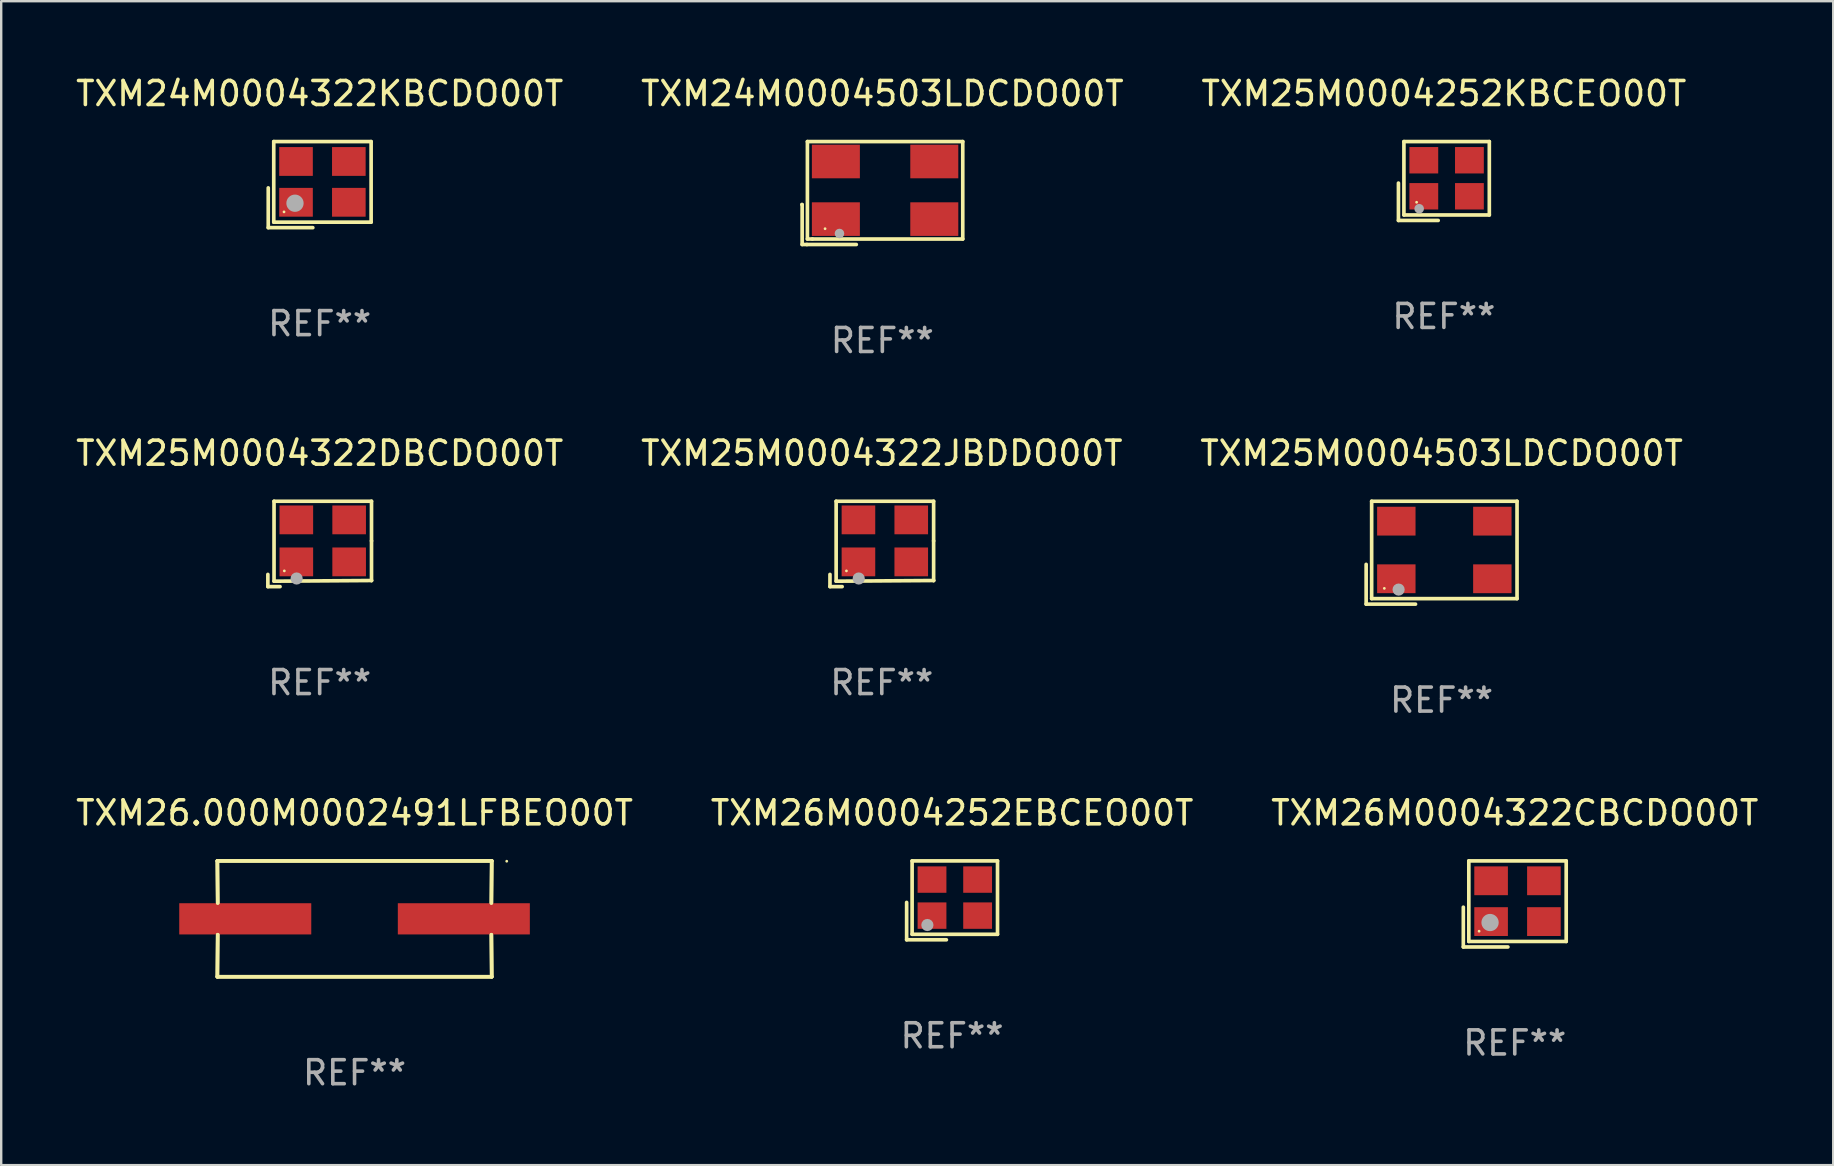
<source format=kicad_pcb>
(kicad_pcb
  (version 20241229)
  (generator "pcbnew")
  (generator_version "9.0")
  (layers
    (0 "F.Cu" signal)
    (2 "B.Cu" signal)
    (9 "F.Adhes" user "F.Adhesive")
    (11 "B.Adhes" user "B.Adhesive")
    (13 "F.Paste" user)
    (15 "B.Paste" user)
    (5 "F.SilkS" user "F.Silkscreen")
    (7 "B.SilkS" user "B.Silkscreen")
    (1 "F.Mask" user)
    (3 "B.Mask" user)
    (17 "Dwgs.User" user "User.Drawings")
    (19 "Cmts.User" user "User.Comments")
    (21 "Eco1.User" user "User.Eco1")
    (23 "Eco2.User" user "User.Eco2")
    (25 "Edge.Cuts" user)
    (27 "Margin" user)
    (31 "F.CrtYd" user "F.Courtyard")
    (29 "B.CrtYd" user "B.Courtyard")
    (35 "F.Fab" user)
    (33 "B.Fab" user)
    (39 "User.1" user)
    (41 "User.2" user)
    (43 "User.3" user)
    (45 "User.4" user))
  (footprint "TXM26M0004252EBCEO00T"
    (layer "F.Cu")
    (at 36.613 34.458)
    (property "Reference" "TXM26M0004252EBCEO00T" (at 0 -3.643 0) (layer "F.SilkS") (effects (font (size 1 1) (thickness 0.15))))
    (attr through_hole)
    (fp_line (start -1.893 0.086) (end -1.893 1.643) (stroke (width 0.152) (type solid)) (layer "F.SilkS"))
    (fp_line (start -1.893 1.643) (end -0.237 1.643) (stroke (width 0.152) (type solid)) (layer "F.SilkS"))
    (fp_line (start -1.665 -1.643) (end 1.893 -1.643) (stroke (width 0.152) (type solid)) (layer "F.SilkS"))
    (fp_line (start -1.665 1.414) (end -1.665 -1.643) (stroke (width 0.152) (type solid)) (layer "F.SilkS"))
    (fp_line (start 1.893 -1.643) (end 1.893 1.414) (stroke (width 0.152) (type solid)) (layer "F.SilkS"))
    (fp_line (start 1.893 1.414) (end -1.665 1.414) (stroke (width 0.152) (type solid)) (layer "F.SilkS"))
    (fp_circle (center -1.136 0.885) (end -1.106 0.885) (stroke (width 0.06) (type solid)) (fill no) (layer "F.SilkS"))
    (fp_circle (center -1.029 1.028) (end -0.902 1.028) (stroke (width 0.254) (type solid)) (fill no) (layer "F.Fab"))
    (fp_text user "REF**" (at 0 5.643 0) (layer "F.Fab") (effects (font (size 1 1) (thickness 0.15))))
    (pad "1" smd rect (at -0.836 0.636) (size 1.2 1.1) (layers "F.Cu" "F.Mask" "F.Paste"))
    (pad "2" smd rect (at 1.064 0.636) (size 1.2 1.1) (layers "F.Cu" "F.Mask" "F.Paste"))
    (pad "3" smd rect (at 1.064 -0.865) (size 1.2 1.1) (layers "F.Cu" "F.Mask" "F.Paste"))
    (pad "4" smd rect (at -0.836 -0.865) (size 1.2 1.1) (layers "F.Cu" "F.Mask" "F.Paste")))
  (footprint "TXM24M0004322KBCDO00T"
    (layer "F.Cu")
    (at 10.268 4.641)
    (property "Reference" "TXM24M0004322KBCDO00T" (at 0 -3.793 0) (layer "F.SilkS") (effects (font (size 1 1) (thickness 0.15))))
    (attr through_hole)
    (fp_line (start -2.143 0.136) (end -2.143 1.793) (stroke (width 0.152) (type solid)) (layer "F.SilkS"))
    (fp_line (start -2.143 1.793) (end -0.286 1.793) (stroke (width 0.152) (type solid)) (layer "F.SilkS"))
    (fp_line (start -1.914 -1.793) (end 2.143 -1.793) (stroke (width 0.152) (type solid)) (layer "F.SilkS"))
    (fp_line (start -1.914 1.564) (end -1.914 -1.793) (stroke (width 0.152) (type solid)) (layer "F.SilkS"))
    (fp_line (start 2.143 -1.793) (end 2.143 1.564) (stroke (width 0.152) (type solid)) (layer "F.SilkS"))
    (fp_line (start 2.143 1.564) (end -1.914 1.564) (stroke (width 0.152) (type solid)) (layer "F.SilkS"))
    (fp_circle (center -1.486 1.136) (end -1.456 1.136) (stroke (width 0.06) (type solid)) (fill no) (layer "F.SilkS"))
    (fp_circle (center -1.029 0.775) (end -0.849 0.775) (stroke (width 0.36) (type solid)) (fill no) (layer "F.Fab"))
    (fp_text user "REF**" (at 0 5.793 0) (layer "F.Fab") (effects (font (size 1 1) (thickness 0.15))))
    (pad "1" smd rect (at -0.986 0.736) (size 1.4 1.2) (layers "F.Cu" "F.Mask" "F.Paste"))
    (pad "2" smd rect (at 1.214 0.736) (size 1.4 1.2) (layers "F.Cu" "F.Mask" "F.Paste"))
    (pad "3" smd rect (at 1.214 -0.964) (size 1.4 1.2) (layers "F.Cu" "F.Mask" "F.Paste"))
    (pad "4" smd rect (at -0.986 -0.964) (size 1.4 1.2) (layers "F.Cu" "F.Mask" "F.Paste")))
  (footprint "TXM25M0004322JBDDO00T"
    (layer "F.Cu")
    (at 33.685 19.61)
    (property "Reference" "TXM25M0004322JBDDO00T" (at 0 -3.778 0) (layer "F.SilkS") (effects (font (size 1 1) (thickness 0.15))))
    (attr through_hole)
    (fp_line (start -2.159 1.27) (end -2.159 1.778) (stroke (width 0.152) (type solid)) (layer "F.SilkS"))
    (fp_line (start -2.159 1.778) (end -1.651 1.778) (stroke (width 0.152) (type solid)) (layer "F.SilkS"))
    (fp_line (start -1.902 -1.778) (end 2.159 -1.778) (stroke (width 0.152) (type solid)) (layer "F.SilkS"))
    (fp_line (start -1.902 1.552) (end -1.902 -1.778) (stroke (width 0.152) (type solid)) (layer "F.SilkS"))
    (fp_line (start 2.159 -1.778) (end 2.159 -0.127) (stroke (width 0.152) (type solid)) (layer "F.SilkS"))
    (fp_line (start 2.159 -0.127) (end 2.159 1.524) (stroke (width 0.152) (type solid)) (layer "F.SilkS"))
    (fp_line (start 2.159 1.524) (end -1.902 1.552) (stroke (width 0.152) (type solid)) (layer "F.SilkS"))
    (fp_line (start 2.159 1.524) (end 2.159 1.524) (stroke (width 0.152) (type solid)) (layer "F.SilkS"))
    (fp_circle (center -1.473 1.123) (end -1.443 1.123) (stroke (width 0.06) (type solid)) (fill no) (layer "F.SilkS"))
    (fp_circle (center -0.961 1.44) (end -0.834 1.44) (stroke (width 0.254) (type solid)) (fill no) (layer "F.Fab"))
    (fp_text user "REF**" (at 0 5.778 0) (layer "F.Fab") (effects (font (size 1 1) (thickness 0.15))))
    (pad "1" smd rect (at -0.973 0.748) (size 1.4 1.2) (layers "F.Cu" "F.Mask" "F.Paste"))
    (pad "2" smd rect (at 1.227 0.748) (size 1.4 1.2) (layers "F.Cu" "F.Mask" "F.Paste"))
    (pad "3" smd rect (at 1.227 -1.002) (size 1.4 1.2) (layers "F.Cu" "F.Mask" "F.Paste"))
    (pad "4" smd rect (at -0.973 -1.002) (size 1.4 1.2) (layers "F.Cu" "F.Mask" "F.Paste")))
  (footprint "TXM25M0004322DBCDO00T"
    (layer "F.Cu")
    (at 10.268 19.61)
    (property "Reference" "TXM25M0004322DBCDO00T" (at 0 -3.778 0) (layer "F.SilkS") (effects (font (size 1 1) (thickness 0.15))))
    (attr through_hole)
    (fp_line (start -2.159 1.27) (end -2.159 1.778) (stroke (width 0.152) (type solid)) (layer "F.SilkS"))
    (fp_line (start -2.159 1.778) (end -1.651 1.778) (stroke (width 0.152) (type solid)) (layer "F.SilkS"))
    (fp_line (start -1.902 -1.778) (end 2.159 -1.778) (stroke (width 0.152) (type solid)) (layer "F.SilkS"))
    (fp_line (start -1.902 1.552) (end -1.902 -1.778) (stroke (width 0.152) (type solid)) (layer "F.SilkS"))
    (fp_line (start 2.159 -1.778) (end 2.159 -0.127) (stroke (width 0.152) (type solid)) (layer "F.SilkS"))
    (fp_line (start 2.159 -0.127) (end 2.159 1.524) (stroke (width 0.152) (type solid)) (layer "F.SilkS"))
    (fp_line (start 2.159 1.524) (end -1.902 1.552) (stroke (width 0.152) (type solid)) (layer "F.SilkS"))
    (fp_line (start 2.159 1.524) (end 2.159 1.524) (stroke (width 0.152) (type solid)) (layer "F.SilkS"))
    (fp_circle (center -1.473 1.123) (end -1.443 1.123) (stroke (width 0.06) (type solid)) (fill no) (layer "F.SilkS"))
    (fp_circle (center -0.961 1.44) (end -0.834 1.44) (stroke (width 0.254) (type solid)) (fill no) (layer "F.Fab"))
    (fp_text user "REF**" (at 0 5.778 0) (layer "F.Fab") (effects (font (size 1 1) (thickness 0.15))))
    (pad "1" smd rect (at -0.973 0.748) (size 1.4 1.2) (layers "F.Cu" "F.Mask" "F.Paste"))
    (pad "2" smd rect (at 1.227 0.748) (size 1.4 1.2) (layers "F.Cu" "F.Mask" "F.Paste"))
    (pad "3" smd rect (at 1.227 -1.002) (size 1.4 1.2) (layers "F.Cu" "F.Mask" "F.Paste"))
    (pad "4" smd rect (at -0.973 -1.002) (size 1.4 1.2) (layers "F.Cu" "F.Mask" "F.Paste")))
  (footprint "TXM26M0004322CBCDO00T"
    (layer "F.Cu")
    (at 60.054 34.607)
    (property "Reference" "TXM26M0004322CBCDO00T" (at 0 -3.793 0) (layer "F.SilkS") (effects (font (size 1 1) (thickness 0.15))))
    (attr through_hole)
    (fp_line (start -2.143 0.136) (end -2.143 1.793) (stroke (width 0.152) (type solid)) (layer "F.SilkS"))
    (fp_line (start -2.143 1.793) (end -0.286 1.793) (stroke (width 0.152) (type solid)) (layer "F.SilkS"))
    (fp_line (start -1.914 -1.793) (end 2.143 -1.793) (stroke (width 0.152) (type solid)) (layer "F.SilkS"))
    (fp_line (start -1.914 1.564) (end -1.914 -1.793) (stroke (width 0.152) (type solid)) (layer "F.SilkS"))
    (fp_line (start 2.143 -1.793) (end 2.143 1.564) (stroke (width 0.152) (type solid)) (layer "F.SilkS"))
    (fp_line (start 2.143 1.564) (end -1.914 1.564) (stroke (width 0.152) (type solid)) (layer "F.SilkS"))
    (fp_circle (center -1.486 1.136) (end -1.456 1.136) (stroke (width 0.06) (type solid)) (fill no) (layer "F.SilkS"))
    (fp_circle (center -1.029 0.775) (end -0.849 0.775) (stroke (width 0.36) (type solid)) (fill no) (layer "F.Fab"))
    (fp_text user "REF**" (at 0 5.793 0) (layer "F.Fab") (effects (font (size 1 1) (thickness 0.15))))
    (pad "1" smd rect (at -0.986 0.736) (size 1.4 1.2) (layers "F.Cu" "F.Mask" "F.Paste"))
    (pad "2" smd rect (at 1.214 0.736) (size 1.4 1.2) (layers "F.Cu" "F.Mask" "F.Paste"))
    (pad "3" smd rect (at 1.214 -0.964) (size 1.4 1.2) (layers "F.Cu" "F.Mask" "F.Paste"))
    (pad "4" smd rect (at -0.986 -0.964) (size 1.4 1.2) (layers "F.Cu" "F.Mask" "F.Paste")))
  (footprint "TXM25M0004252KBCEO00T"
    (layer "F.Cu")
    (at 57.101 4.491)
    (property "Reference" "TXM25M0004252KBCEO00T" (at 0 -3.643 0) (layer "F.SilkS") (effects (font (size 1 1) (thickness 0.15))))
    (attr through_hole)
    (fp_line (start -1.893 0.086) (end -1.893 1.643) (stroke (width 0.152) (type solid)) (layer "F.SilkS"))
    (fp_line (start -1.893 1.643) (end -0.237 1.643) (stroke (width 0.152) (type solid)) (layer "F.SilkS"))
    (fp_line (start -1.665 -1.643) (end 1.893 -1.643) (stroke (width 0.152) (type solid)) (layer "F.SilkS"))
    (fp_line (start -1.665 1.414) (end -1.665 -1.643) (stroke (width 0.152) (type solid)) (layer "F.SilkS"))
    (fp_line (start 1.893 -1.643) (end 1.893 1.414) (stroke (width 0.152) (type solid)) (layer "F.SilkS"))
    (fp_line (start 1.893 1.414) (end -1.665 1.414) (stroke (width 0.152) (type solid)) (layer "F.SilkS"))
    (fp_circle (center -1.136 0.885) (end -1.106 0.885) (stroke (width 0.06) (type solid)) (fill no) (layer "F.SilkS"))
    (fp_circle (center -1.029 1.155) (end -0.929 1.155) (stroke (width 0.2) (type solid)) (fill no) (layer "F.Fab"))
    (fp_text user "REF**" (at 0 5.643 0) (layer "F.Fab") (effects (font (size 1 1) (thickness 0.15))))
    (pad "1" smd rect (at -0.836 0.636) (size 1.2 1.1) (layers "F.Cu" "F.Mask" "F.Paste"))
    (pad "2" smd rect (at 1.064 0.636) (size 1.2 1.1) (layers "F.Cu" "F.Mask" "F.Paste"))
    (pad "3" smd rect (at 1.064 -0.865) (size 1.2 1.1) (layers "F.Cu" "F.Mask" "F.Paste"))
    (pad "4" smd rect (at -0.836 -0.865) (size 1.2 1.1) (layers "F.Cu" "F.Mask" "F.Paste")))
  (footprint "TXM26.000M0002491LFBEO00T"
    (layer "F.Cu")
    (at 11.72 35.228)
    (property "Reference" "TXM26.000M0002491LFBEO00T" (at 0 -4.413 0) (layer "F.SilkS") (effects (font (size 1 1) (thickness 0.15))))
    (attr through_hole)
    (fp_line (start -5.715 -2.413) (end -5.7 -0.662) (stroke (width 0.152) (type solid)) (layer "F.SilkS"))
    (fp_line (start -5.715 -2.413) (end -5.7 -0.662) (stroke (width 0.152) (type solid)) (layer "F.SilkS"))
    (fp_line (start -5.715 2.413) (end 5.715 2.413) (stroke (width 0.152) (type solid)) (layer "F.SilkS"))
    (fp_line (start -5.715 2.413) (end 5.715 2.413) (stroke (width 0.152) (type solid)) (layer "F.SilkS"))
    (fp_line (start -5.7 0.662) (end -5.715 2.413) (stroke (width 0.152) (type solid)) (layer "F.SilkS"))
    (fp_line (start -5.7 0.662) (end -5.715 2.413) (stroke (width 0.152) (type solid)) (layer "F.SilkS"))
    (fp_line (start 5.7 -0.662) (end 5.715 -2.413) (stroke (width 0.152) (type solid)) (layer "F.SilkS"))
    (fp_line (start 5.7 -0.662) (end 5.715 -2.413) (stroke (width 0.152) (type solid)) (layer "F.SilkS"))
    (fp_line (start 5.715 -2.413) (end -5.715 -2.413) (stroke (width 0.152) (type solid)) (layer "F.SilkS"))
    (fp_line (start 5.715 -2.413) (end -5.715 -2.413) (stroke (width 0.152) (type solid)) (layer "F.SilkS"))
    (fp_line (start 5.715 2.413) (end 5.7 0.662) (stroke (width 0.152) (type solid)) (layer "F.SilkS"))
    (fp_line (start 5.715 2.413) (end 5.7 0.662) (stroke (width 0.152) (type solid)) (layer "F.SilkS"))
    (fp_circle (center 6.34 -2.4) (end 6.37 -2.4) (stroke (width 0.06) (type solid)) (fill no) (layer "F.SilkS"))
    (fp_text user "REF**" (at 0 6.413 0) (layer "F.Fab") (effects (font (size 1 1) (thickness 0.15))))
    (pad "1" smd rect (at 4.553 0) (size 5.5 1.3) (layers "F.Cu" "F.Mask" "F.Paste"))
    (pad "2" smd rect (at -4.553 0) (size 5.5 1.3) (layers "F.Cu" "F.Mask" "F.Paste")))
  (footprint "TXM24M0004503LDCDO00T"
    (layer "F.Cu")
    (at 33.708 4.992)
    (property "Reference" "TXM24M0004503LDCDO00T" (at 0 -4.144 0) (layer "F.SilkS") (effects (font (size 1 1) (thickness 0.15))))
    (attr through_hole)
    (fp_line (start -3.35 0.476) (end -3.341 0.485) (stroke (width 0.152) (type solid)) (layer "F.SilkS"))
    (fp_line (start -3.341 0.485) (end -3.341 2.144) (stroke (width 0.152) (type solid)) (layer "F.SilkS"))
    (fp_line (start -3.341 2.144) (end -3.143 2.144) (stroke (width 0.152) (type solid)) (layer "F.SilkS"))
    (fp_line (start -3.143 2.144) (end -1.085 2.144) (stroke (width 0.152) (type solid)) (layer "F.SilkS"))
    (fp_line (start -3.122 -2.144) (end 3.35 -2.144) (stroke (width 0.152) (type solid)) (layer "F.SilkS"))
    (fp_line (start -3.122 1.915) (end -3.122 -2.144) (stroke (width 0.152) (type solid)) (layer "F.SilkS"))
    (fp_line (start -2.914 1.915) (end -3.122 1.915) (stroke (width 0.152) (type solid)) (layer "F.SilkS"))
    (fp_line (start 3.35 -2.144) (end 3.35 1.915) (stroke (width 0.152) (type solid)) (layer "F.SilkS"))
    (fp_line (start 3.35 1.915) (end -2.914 1.915) (stroke (width 0.152) (type solid)) (layer "F.SilkS"))
    (fp_circle (center -2.386 1.486) (end -2.356 1.486) (stroke (width 0.06) (type solid)) (fill no) (layer "F.SilkS"))
    (fp_circle (center -1.786 1.686) (end -1.686 1.686) (stroke (width 0.2) (type solid)) (fill no) (layer "F.Fab"))
    (fp_text user "REF**" (at 0 6.144 0) (layer "F.Fab") (effects (font (size 1 1) (thickness 0.15))))
    (pad "1" smd rect (at -1.936 1.086) (size 2 1.4) (layers "F.Cu" "F.Mask" "F.Paste"))
    (pad "2" smd rect (at 2.164 1.086) (size 2 1.4) (layers "F.Cu" "F.Mask" "F.Paste"))
    (pad "3" smd rect (at 2.164 -1.314) (size 2 1.4) (layers "F.Cu" "F.Mask" "F.Paste"))
    (pad "4" smd rect (at -1.936 -1.314) (size 2 1.4) (layers "F.Cu" "F.Mask" "F.Paste")))
  (footprint "TXM25M0004503LDCDO00T"
    (layer "F.Cu")
    (at 57.006 19.975)
    (property "Reference" "TXM25M0004503LDCDO00T" (at 0 -4.143 0) (layer "F.SilkS") (effects (font (size 1 1) (thickness 0.15))))
    (attr through_hole)
    (fp_line (start -3.143 0.486) (end -3.143 2.143) (stroke (width 0.152) (type solid)) (layer "F.SilkS"))
    (fp_line (start -3.143 2.143) (end -1.086 2.143) (stroke (width 0.152) (type solid)) (layer "F.SilkS"))
    (fp_line (start -2.914 -2.143) (end 3.143 -2.143) (stroke (width 0.152) (type solid)) (layer "F.SilkS"))
    (fp_line (start -2.914 1.914) (end -2.914 -2.143) (stroke (width 0.152) (type solid)) (layer "F.SilkS"))
    (fp_line (start 3.143 -2.143) (end 3.143 1.914) (stroke (width 0.152) (type solid)) (layer "F.SilkS"))
    (fp_line (start 3.143 1.914) (end -2.914 1.914) (stroke (width 0.152) (type solid)) (layer "F.SilkS"))
    (fp_circle (center -2.386 1.486) (end -2.356 1.486) (stroke (width 0.06) (type solid)) (fill no) (layer "F.SilkS"))
    (fp_circle (center -1.791 1.537) (end -1.664 1.537) (stroke (width 0.254) (type solid)) (fill no) (layer "F.Fab"))
    (fp_text user "REF**" (at 0 6.143 0) (layer "F.Fab") (effects (font (size 1 1) (thickness 0.15))))
    (pad "1" smd rect (at -1.886 1.086) (size 1.6 1.2) (layers "F.Cu" "F.Mask" "F.Paste"))
    (pad "2" smd rect (at 2.114 1.086) (size 1.6 1.2) (layers "F.Cu" "F.Mask" "F.Paste"))
    (pad "3" smd rect (at 2.114 -1.314) (size 1.6 1.2) (layers "F.Cu" "F.Mask" "F.Paste"))
    (pad "4" smd rect (at -1.886 -1.314) (size 1.6 1.2) (layers "F.Cu" "F.Mask" "F.Paste")))
  (gr_rect
    (start -3 -3)
    (end 73.321 45.489)
    (stroke (width 0.1) (type default))
    (fill no)
    (layer "Edge.Cuts")))
</source>
